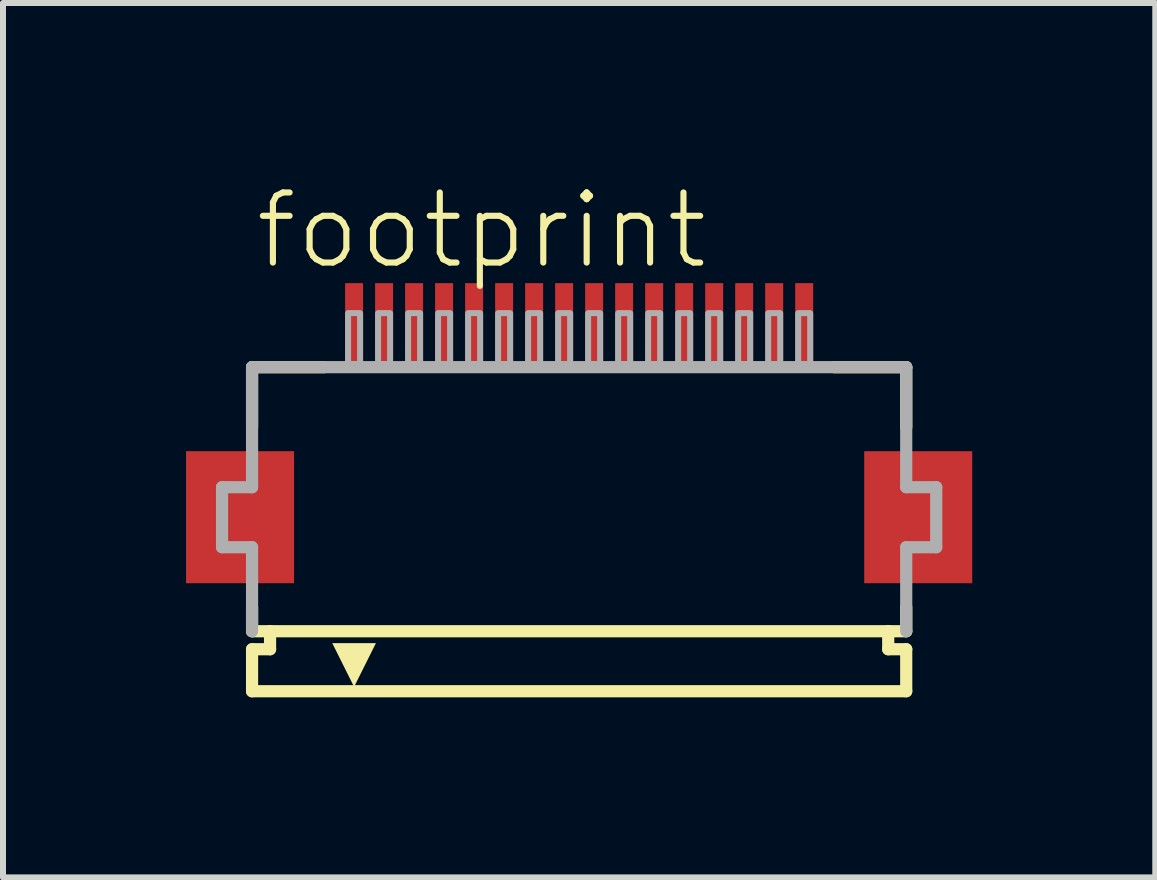
<source format=kicad_pcb>
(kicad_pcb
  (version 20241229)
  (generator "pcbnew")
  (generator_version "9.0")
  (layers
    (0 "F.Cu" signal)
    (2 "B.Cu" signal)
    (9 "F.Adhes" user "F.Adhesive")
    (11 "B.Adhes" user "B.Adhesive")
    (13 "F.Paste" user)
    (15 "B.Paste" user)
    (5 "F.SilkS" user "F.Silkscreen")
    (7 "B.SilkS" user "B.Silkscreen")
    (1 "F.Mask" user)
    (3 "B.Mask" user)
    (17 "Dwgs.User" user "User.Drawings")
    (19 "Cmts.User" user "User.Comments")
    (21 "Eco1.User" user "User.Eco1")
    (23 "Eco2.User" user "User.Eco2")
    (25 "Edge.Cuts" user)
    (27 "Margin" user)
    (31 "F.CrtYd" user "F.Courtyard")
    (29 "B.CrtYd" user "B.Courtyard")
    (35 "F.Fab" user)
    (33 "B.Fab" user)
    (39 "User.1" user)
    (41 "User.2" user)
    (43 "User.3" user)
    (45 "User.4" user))
  (footprint "footprint"
    (layer "F.Cu")
    (at 6.6 5.568)
    (property "Reference" "footprint" (at -5.448 -4.095 0) (layer "F.SilkS") (effects (font (size 1.168 1.168) (thickness 0.102)) (justify left bottom)))
    (fp_poly (pts (xy -4.75 -1.1) (xy -6.55 -1.1) (xy -6.55 1.1) (xy -4.75 1.1)) (stroke (width 0) (type solid)) (fill yes) (layer "F.Cu"))
    (fp_poly (pts (xy 6.55 -1.1) (xy 4.75 -1.1) (xy 4.75 1.1) (xy 6.55 1.1)) (stroke (width 0) (type solid)) (fill yes) (layer "F.Cu"))
    (fp_poly (pts (xy -4.7 -1.175) (xy -6.6 -1.175) (xy -6.6 1.175) (xy -4.7 1.175)) (stroke (width 0) (type solid)) (fill yes) (layer "F.Mask"))
    (fp_poly (pts (xy -3.95 -2.55) (xy -3.55 -2.55) (xy -3.55 -3.95) (xy -3.95 -3.95)) (stroke (width 0) (type solid)) (fill yes) (layer "F.Mask"))
    (fp_poly (pts (xy -3.45 -2.55) (xy -3.05 -2.55) (xy -3.05 -3.95) (xy -3.45 -3.95)) (stroke (width 0) (type solid)) (fill yes) (layer "F.Mask"))
    (fp_poly (pts (xy -2.95 -2.55) (xy -2.55 -2.55) (xy -2.55 -3.95) (xy -2.95 -3.95)) (stroke (width 0) (type solid)) (fill yes) (layer "F.Mask"))
    (fp_poly (pts (xy -2.45 -2.55) (xy -2.05 -2.55) (xy -2.05 -3.95) (xy -2.45 -3.95)) (stroke (width 0) (type solid)) (fill yes) (layer "F.Mask"))
    (fp_poly (pts (xy -1.95 -2.55) (xy -1.55 -2.55) (xy -1.55 -3.95) (xy -1.95 -3.95)) (stroke (width 0) (type solid)) (fill yes) (layer "F.Mask"))
    (fp_poly (pts (xy -1.45 -2.55) (xy -1.05 -2.55) (xy -1.05 -3.95) (xy -1.45 -3.95)) (stroke (width 0) (type solid)) (fill yes) (layer "F.Mask"))
    (fp_poly (pts (xy -0.95 -2.55) (xy -0.55 -2.55) (xy -0.55 -3.95) (xy -0.95 -3.95)) (stroke (width 0) (type solid)) (fill yes) (layer "F.Mask"))
    (fp_poly (pts (xy -0.45 -2.55) (xy -0.05 -2.55) (xy -0.05 -3.95) (xy -0.45 -3.95)) (stroke (width 0) (type solid)) (fill yes) (layer "F.Mask"))
    (fp_poly (pts (xy 0.05 -2.55) (xy 0.45 -2.55) (xy 0.45 -3.95) (xy 0.05 -3.95)) (stroke (width 0) (type solid)) (fill yes) (layer "F.Mask"))
    (fp_poly (pts (xy 0.55 -2.55) (xy 0.95 -2.55) (xy 0.95 -3.95) (xy 0.55 -3.95)) (stroke (width 0) (type solid)) (fill yes) (layer "F.Mask"))
    (fp_poly (pts (xy 1.05 -2.55) (xy 1.45 -2.55) (xy 1.45 -3.95) (xy 1.05 -3.95)) (stroke (width 0) (type solid)) (fill yes) (layer "F.Mask"))
    (fp_poly (pts (xy 1.55 -2.55) (xy 1.95 -2.55) (xy 1.95 -3.95) (xy 1.55 -3.95)) (stroke (width 0) (type solid)) (fill yes) (layer "F.Mask"))
    (fp_poly (pts (xy 2.05 -2.55) (xy 2.45 -2.55) (xy 2.45 -3.95) (xy 2.05 -3.95)) (stroke (width 0) (type solid)) (fill yes) (layer "F.Mask"))
    (fp_poly (pts (xy 2.55 -2.55) (xy 2.95 -2.55) (xy 2.95 -3.95) (xy 2.55 -3.95)) (stroke (width 0) (type solid)) (fill yes) (layer "F.Mask"))
    (fp_poly (pts (xy 3.05 -2.55) (xy 3.45 -2.55) (xy 3.45 -3.95) (xy 3.05 -3.95)) (stroke (width 0) (type solid)) (fill yes) (layer "F.Mask"))
    (fp_poly (pts (xy 3.55 -2.55) (xy 3.95 -2.55) (xy 3.95 -3.95) (xy 3.55 -3.95)) (stroke (width 0) (type solid)) (fill yes) (layer "F.Mask"))
    (fp_poly (pts (xy 6.6 -1.175) (xy 4.7 -1.175) (xy 4.7 1.175) (xy 6.6 1.175)) (stroke (width 0) (type solid)) (fill yes) (layer "F.Mask"))
    (fp_line (start -5.45 -2.5) (end -5.45 -1.5) (stroke (width 0.203) (type solid)) (layer "F.SilkS"))
    (fp_line (start -5.45 1.5) (end -5.45 1.9) (stroke (width 0.203) (type solid)) (layer "F.SilkS"))
    (fp_line (start -5.45 1.9) (end -5.15 1.9) (stroke (width 0.203) (type solid)) (layer "F.SilkS"))
    (fp_line (start -5.45 2.2) (end -5.45 2.9) (stroke (width 0.203) (type solid)) (layer "F.SilkS"))
    (fp_line (start -5.15 1.9) (end -5.15 2.2) (stroke (width 0.203) (type solid)) (layer "F.SilkS"))
    (fp_line (start -5.15 2.2) (end -5.45 2.2) (stroke (width 0.203) (type solid)) (layer "F.SilkS"))
    (fp_line (start -4.25 -2.5) (end -5.45 -2.5) (stroke (width 0.203) (type solid)) (layer "F.SilkS"))
    (fp_line (start 5.15 1.9) (end -5.15 1.9) (stroke (width 0.203) (type solid)) (layer "F.SilkS"))
    (fp_line (start 5.15 1.9) (end 5.45 1.9) (stroke (width 0.203) (type solid)) (layer "F.SilkS"))
    (fp_line (start 5.15 2.2) (end 5.15 1.9) (stroke (width 0.203) (type solid)) (layer "F.SilkS"))
    (fp_line (start 5.45 -2.5) (end 4.25 -2.5) (stroke (width 0.203) (type solid)) (layer "F.SilkS"))
    (fp_line (start 5.45 -1.5) (end 5.45 -2.5) (stroke (width 0.203) (type solid)) (layer "F.SilkS"))
    (fp_line (start 5.45 1.9) (end 5.45 1.5) (stroke (width 0.203) (type solid)) (layer "F.SilkS"))
    (fp_line (start 5.45 2.2) (end 5.15 2.2) (stroke (width 0.203) (type solid)) (layer "F.SilkS"))
    (fp_line (start 5.45 2.9) (end -5.45 2.9) (stroke (width 0.203) (type solid)) (layer "F.SilkS"))
    (fp_line (start 5.45 2.9) (end 5.45 2.2) (stroke (width 0.203) (type solid)) (layer "F.SilkS"))
    (fp_poly (pts (xy -3.75 2.827) (xy -4.114 2.098) (xy -3.386 2.098)) (stroke (width 0) (type solid)) (fill yes) (layer "F.SilkS"))
    (fp_poly (pts (xy -4.825 -1.025) (xy -6.475 -1.025) (xy -6.475 1.025) (xy -4.825 1.025)) (stroke (width 0) (type solid)) (fill yes) (layer "F.Paste"))
    (fp_poly (pts (xy -3.875 -2.625) (xy -3.625 -2.625) (xy -3.625 -3.875) (xy -3.875 -3.875)) (stroke (width 0) (type solid)) (fill yes) (layer "F.Paste"))
    (fp_poly (pts (xy -3.375 -2.625) (xy -3.125 -2.625) (xy -3.125 -3.875) (xy -3.375 -3.875)) (stroke (width 0) (type solid)) (fill yes) (layer "F.Paste"))
    (fp_poly (pts (xy -2.875 -2.625) (xy -2.625 -2.625) (xy -2.625 -3.875) (xy -2.875 -3.875)) (stroke (width 0) (type solid)) (fill yes) (layer "F.Paste"))
    (fp_poly (pts (xy -2.375 -2.625) (xy -2.125 -2.625) (xy -2.125 -3.875) (xy -2.375 -3.875)) (stroke (width 0) (type solid)) (fill yes) (layer "F.Paste"))
    (fp_poly (pts (xy -1.875 -2.625) (xy -1.625 -2.625) (xy -1.625 -3.875) (xy -1.875 -3.875)) (stroke (width 0) (type solid)) (fill yes) (layer "F.Paste"))
    (fp_poly (pts (xy -1.375 -2.625) (xy -1.125 -2.625) (xy -1.125 -3.875) (xy -1.375 -3.875)) (stroke (width 0) (type solid)) (fill yes) (layer "F.Paste"))
    (fp_poly (pts (xy -0.875 -2.625) (xy -0.625 -2.625) (xy -0.625 -3.875) (xy -0.875 -3.875)) (stroke (width 0) (type solid)) (fill yes) (layer "F.Paste"))
    (fp_poly (pts (xy -0.375 -2.625) (xy -0.125 -2.625) (xy -0.125 -3.875) (xy -0.375 -3.875)) (stroke (width 0) (type solid)) (fill yes) (layer "F.Paste"))
    (fp_poly (pts (xy 0.125 -2.625) (xy 0.375 -2.625) (xy 0.375 -3.875) (xy 0.125 -3.875)) (stroke (width 0) (type solid)) (fill yes) (layer "F.Paste"))
    (fp_poly (pts (xy 0.625 -2.625) (xy 0.875 -2.625) (xy 0.875 -3.875) (xy 0.625 -3.875)) (stroke (width 0) (type solid)) (fill yes) (layer "F.Paste"))
    (fp_poly (pts (xy 1.125 -2.625) (xy 1.375 -2.625) (xy 1.375 -3.875) (xy 1.125 -3.875)) (stroke (width 0) (type solid)) (fill yes) (layer "F.Paste"))
    (fp_poly (pts (xy 1.625 -2.625) (xy 1.875 -2.625) (xy 1.875 -3.875) (xy 1.625 -3.875)) (stroke (width 0) (type solid)) (fill yes) (layer "F.Paste"))
    (fp_poly (pts (xy 2.125 -2.625) (xy 2.375 -2.625) (xy 2.375 -3.875) (xy 2.125 -3.875)) (stroke (width 0) (type solid)) (fill yes) (layer "F.Paste"))
    (fp_poly (pts (xy 2.625 -2.625) (xy 2.875 -2.625) (xy 2.875 -3.875) (xy 2.625 -3.875)) (stroke (width 0) (type solid)) (fill yes) (layer "F.Paste"))
    (fp_poly (pts (xy 3.125 -2.625) (xy 3.375 -2.625) (xy 3.375 -3.875) (xy 3.125 -3.875)) (stroke (width 0) (type solid)) (fill yes) (layer "F.Paste"))
    (fp_poly (pts (xy 3.625 -2.625) (xy 3.875 -2.625) (xy 3.875 -3.875) (xy 3.625 -3.875)) (stroke (width 0) (type solid)) (fill yes) (layer "F.Paste"))
    (fp_poly (pts (xy 6.475 -1.025) (xy 4.825 -1.025) (xy 4.825 1.025) (xy 6.475 1.025)) (stroke (width 0) (type solid)) (fill yes) (layer "F.Paste"))
    (fp_line (start -5.95 -0.5) (end -5.95 0.5) (stroke (width 0.203) (type solid)) (layer "F.Fab"))
    (fp_line (start -5.95 0.5) (end -5.45 0.5) (stroke (width 0.203) (type solid)) (layer "F.Fab"))
    (fp_line (start -5.45 -2.5) (end -5.45 -0.5) (stroke (width 0.203) (type solid)) (layer "F.Fab"))
    (fp_line (start -5.45 -0.5) (end -5.95 -0.5) (stroke (width 0.203) (type solid)) (layer "F.Fab"))
    (fp_line (start -5.45 0.5) (end -5.45 1.9) (stroke (width 0.203) (type solid)) (layer "F.Fab"))
    (fp_line (start 5.45 -2.5) (end -5.45 -2.5) (stroke (width 0.203) (type solid)) (layer "F.Fab"))
    (fp_line (start 5.45 -0.5) (end 5.45 -2.5) (stroke (width 0.203) (type solid)) (layer "F.Fab"))
    (fp_line (start 5.45 0.5) (end 5.95 0.5) (stroke (width 0.203) (type solid)) (layer "F.Fab"))
    (fp_line (start 5.45 1.9) (end 5.45 0.5) (stroke (width 0.203) (type solid)) (layer "F.Fab"))
    (fp_line (start 5.95 -0.5) (end 5.45 -0.5) (stroke (width 0.203) (type solid)) (layer "F.Fab"))
    (fp_line (start 5.95 0.5) (end 5.95 -0.5) (stroke (width 0.203) (type solid)) (layer "F.Fab"))
    (fp_poly (pts (xy -3.85 -2.55) (xy -3.65 -2.55) (xy -3.65 -3.4) (xy -3.85 -3.4)) (stroke (width 0.1) (type solid)) (fill no) (layer "F.Fab"))
    (fp_poly (pts (xy -3.35 -2.55) (xy -3.15 -2.55) (xy -3.15 -3.4) (xy -3.35 -3.4)) (stroke (width 0.1) (type solid)) (fill no) (layer "F.Fab"))
    (fp_poly (pts (xy -2.85 -2.55) (xy -2.65 -2.55) (xy -2.65 -3.4) (xy -2.85 -3.4)) (stroke (width 0.1) (type solid)) (fill no) (layer "F.Fab"))
    (fp_poly (pts (xy -2.35 -2.55) (xy -2.15 -2.55) (xy -2.15 -3.4) (xy -2.35 -3.4)) (stroke (width 0.1) (type solid)) (fill no) (layer "F.Fab"))
    (fp_poly (pts (xy -1.85 -2.55) (xy -1.65 -2.55) (xy -1.65 -3.4) (xy -1.85 -3.4)) (stroke (width 0.1) (type solid)) (fill no) (layer "F.Fab"))
    (fp_poly (pts (xy -1.35 -2.55) (xy -1.15 -2.55) (xy -1.15 -3.4) (xy -1.35 -3.4)) (stroke (width 0.1) (type solid)) (fill no) (layer "F.Fab"))
    (fp_poly (pts (xy -0.85 -2.55) (xy -0.65 -2.55) (xy -0.65 -3.4) (xy -0.85 -3.4)) (stroke (width 0.1) (type solid)) (fill no) (layer "F.Fab"))
    (fp_poly (pts (xy -0.35 -2.55) (xy -0.15 -2.55) (xy -0.15 -3.4) (xy -0.35 -3.4)) (stroke (width 0.1) (type solid)) (fill no) (layer "F.Fab"))
    (fp_poly (pts (xy 0.15 -2.55) (xy 0.35 -2.55) (xy 0.35 -3.4) (xy 0.15 -3.4)) (stroke (width 0.1) (type solid)) (fill no) (layer "F.Fab"))
    (fp_poly (pts (xy 0.65 -2.55) (xy 0.85 -2.55) (xy 0.85 -3.4) (xy 0.65 -3.4)) (stroke (width 0.1) (type solid)) (fill no) (layer "F.Fab"))
    (fp_poly (pts (xy 1.15 -2.55) (xy 1.35 -2.55) (xy 1.35 -3.4) (xy 1.15 -3.4)) (stroke (width 0.1) (type solid)) (fill no) (layer "F.Fab"))
    (fp_poly (pts (xy 1.65 -2.55) (xy 1.85 -2.55) (xy 1.85 -3.4) (xy 1.65 -3.4)) (stroke (width 0.1) (type solid)) (fill no) (layer "F.Fab"))
    (fp_poly (pts (xy 2.15 -2.55) (xy 2.35 -2.55) (xy 2.35 -3.4) (xy 2.15 -3.4)) (stroke (width 0.1) (type solid)) (fill no) (layer "F.Fab"))
    (fp_poly (pts (xy 2.65 -2.55) (xy 2.85 -2.55) (xy 2.85 -3.4) (xy 2.65 -3.4)) (stroke (width 0.1) (type solid)) (fill no) (layer "F.Fab"))
    (fp_poly (pts (xy 3.15 -2.55) (xy 3.35 -2.55) (xy 3.35 -3.4) (xy 3.15 -3.4)) (stroke (width 0.1) (type solid)) (fill no) (layer "F.Fab"))
    (fp_poly (pts (xy 3.65 -2.55) (xy 3.85 -2.55) (xy 3.85 -3.4) (xy 3.65 -3.4)) (stroke (width 0.1) (type solid)) (fill no) (layer "F.Fab"))
    (pad "1" smd rect (at -3.75 -3.25) (size 0.3 1.3) (layers "F.Cu"))
    (pad "2" smd rect (at -3.25 -3.25) (size 0.3 1.3) (layers "F.Cu"))
    (pad "3" smd rect (at -2.75 -3.25) (size 0.3 1.3) (layers "F.Cu"))
    (pad "4" smd rect (at -2.25 -3.25) (size 0.3 1.3) (layers "F.Cu"))
    (pad "5" smd rect (at -1.75 -3.25) (size 0.3 1.3) (layers "F.Cu"))
    (pad "6" smd rect (at -1.25 -3.25) (size 0.3 1.3) (layers "F.Cu"))
    (pad "7" smd rect (at -0.75 -3.25) (size 0.3 1.3) (layers "F.Cu"))
    (pad "8" smd rect (at -0.25 -3.25) (size 0.3 1.3) (layers "F.Cu"))
    (pad "9" smd rect (at 0.25 -3.25) (size 0.3 1.3) (layers "F.Cu"))
    (pad "10" smd rect (at 0.75 -3.25) (size 0.3 1.3) (layers "F.Cu"))
    (pad "11" smd rect (at 1.25 -3.25) (size 0.3 1.3) (layers "F.Cu"))
    (pad "12" smd rect (at 1.75 -3.25) (size 0.3 1.3) (layers "F.Cu"))
    (pad "13" smd rect (at 2.25 -3.25) (size 0.3 1.3) (layers "F.Cu"))
    (pad "14" smd rect (at 2.75 -3.25) (size 0.3 1.3) (layers "F.Cu"))
    (pad "15" smd rect (at 3.25 -3.25) (size 0.3 1.3) (layers "F.Cu"))
    (pad "16" smd rect (at 3.75 -3.25) (size 0.3 1.3) (layers "F.Cu")))
  (gr_rect
    (start -3 -3)
    (end 16.2 11.57)
    (stroke (width 0.1) (type default))
    (fill no)
    (layer "Edge.Cuts")))
</source>
